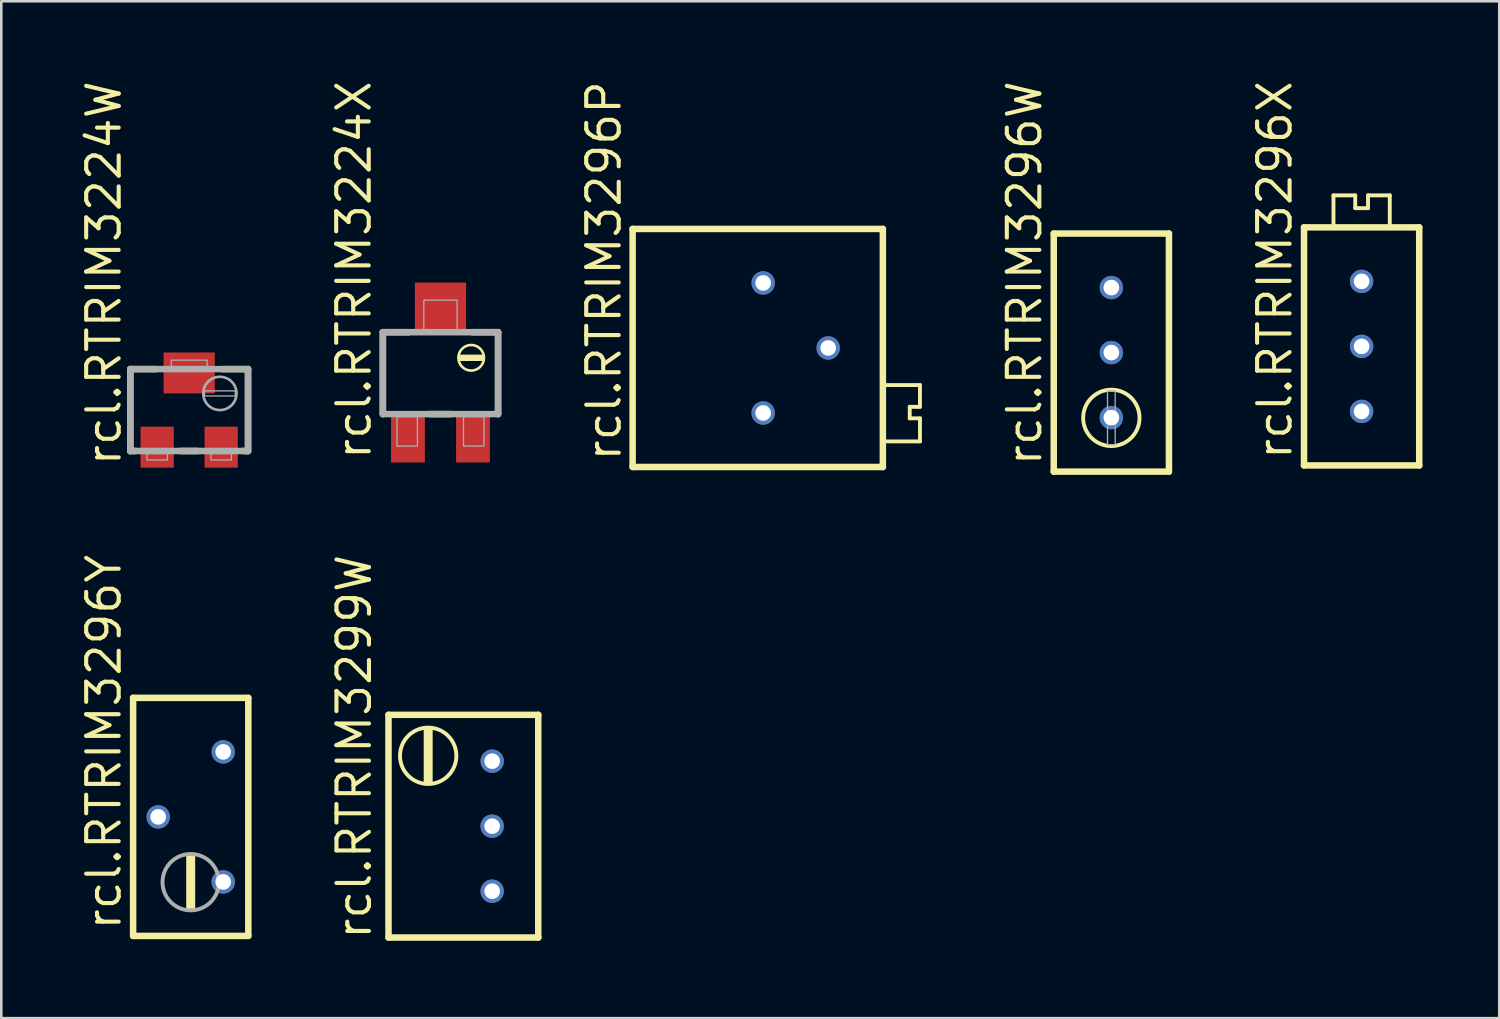
<source format=kicad_pcb>
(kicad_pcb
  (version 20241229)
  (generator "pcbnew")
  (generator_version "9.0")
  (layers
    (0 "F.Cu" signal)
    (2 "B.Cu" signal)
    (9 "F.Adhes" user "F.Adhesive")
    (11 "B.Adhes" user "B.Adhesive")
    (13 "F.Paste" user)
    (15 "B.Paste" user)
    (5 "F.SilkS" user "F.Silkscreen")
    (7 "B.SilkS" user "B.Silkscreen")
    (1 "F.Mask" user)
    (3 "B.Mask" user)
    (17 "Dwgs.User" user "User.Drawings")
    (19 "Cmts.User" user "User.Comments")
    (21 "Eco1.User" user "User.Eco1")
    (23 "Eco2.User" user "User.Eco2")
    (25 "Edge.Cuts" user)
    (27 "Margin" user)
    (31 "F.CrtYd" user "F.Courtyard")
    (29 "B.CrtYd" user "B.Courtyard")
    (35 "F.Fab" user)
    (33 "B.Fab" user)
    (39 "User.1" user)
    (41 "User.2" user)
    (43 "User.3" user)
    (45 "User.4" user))
  (footprint "rcl.RTRIM3224W"
    (layer "F.Cu")
    (at 4.34 12.969)
    (property "Reference" "rcl.RTRIM3224W" (at -2.59 2.255 90) (layer "F.SilkS") (effects (font (size 1.27 1.27) (thickness 0.16)) (justify left bottom)))
    (attr smd)
    (fp_line (start -2.3 -1.6) (end -1.3 -1.6) (stroke (width 0.254) (type default)) (layer "F.SilkS"))
    (fp_line (start -2.3 1.6) (end -2.3 -1.6) (stroke (width 0.254) (type default)) (layer "F.SilkS"))
    (fp_line (start -2.1 1.6) (end -2.3 1.6) (stroke (width 0.254) (type default)) (layer "F.SilkS"))
    (fp_line (start 0.35 1.6) (end -0.35 1.6) (stroke (width 0.254) (type default)) (layer "F.SilkS"))
    (fp_line (start 1.3 -1.6) (end 2.3 -1.6) (stroke (width 0.254) (type default)) (layer "F.SilkS"))
    (fp_line (start 2.3 -1.6) (end 2.3 1.6) (stroke (width 0.254) (type default)) (layer "F.SilkS"))
    (fp_line (start 2.3 1.6) (end 2.1 1.6) (stroke (width 0.254) (type default)) (layer "F.SilkS"))
    (fp_line (start -2.3 -1.6) (end 2.3 -1.6) (stroke (width 0.254) (type default)) (layer "F.Fab"))
    (fp_line (start -2.3 1.6) (end -2.3 -1.6) (stroke (width 0.254) (type default)) (layer "F.Fab"))
    (fp_line (start 2.3 -1.6) (end 2.3 1.6) (stroke (width 0.254) (type default)) (layer "F.Fab"))
    (fp_line (start 2.3 1.6) (end -2.3 1.6) (stroke (width 0.254) (type default)) (layer "F.Fab"))
    (fp_rect (start -1.65 1.95) (end -0.85 1.7) (stroke (width 0.05) (type default)) (fill no) (layer "F.Fab"))
    (fp_rect (start -0.7 -1.7) (end 0.7 -1.95) (stroke (width 0.05) (type default)) (fill no) (layer "F.Fab"))
    (fp_rect (start 0.6 -0.55) (end 1.8 -0.75) (stroke (width 0.05) (type default)) (fill no) (layer "F.Fab"))
    (fp_rect (start 0.85 1.95) (end 1.65 1.7) (stroke (width 0.05) (type default)) (fill no) (layer "F.Fab"))
    (fp_circle (center 1.2 -0.65) (end 1.85 -0.65) (stroke (width 0.102) (type default)) (fill no) (layer "F.Fab"))
    (pad "1" smd roundrect (at -1.25 1.45) (size 1.3 1.6) (layers "F.Cu" "F.Mask" "F.Paste") (roundrect_rratio 0.01))
    (pad "2" smd roundrect (at 0 -1.45) (size 2 1.6) (layers "F.Cu" "F.Mask" "F.Paste") (roundrect_rratio 0.01))
    (pad "3" smd roundrect (at 1.25 1.45) (size 1.3 1.6) (layers "F.Cu" "F.Mask" "F.Paste") (roundrect_rratio 0.01)))
  (footprint "rcl.RTRIM3296X"
    (layer "F.Cu")
    (at 50.142 10.482)
    (property "Reference" "rcl.RTRIM3296X" (at -2.65 4.5 90) (layer "F.SilkS") (effects (font (size 1.27 1.27) (thickness 0.16)) (justify left bottom)))
    (attr through_hole)
    (fp_line (start -2.25 -4.65) (end 2.25 -4.65) (stroke (width 0.254) (type default)) (layer "F.SilkS"))
    (fp_line (start -2.25 4.65) (end -2.25 -4.65) (stroke (width 0.254) (type default)) (layer "F.SilkS"))
    (fp_line (start -1.1 -5.9) (end -0.25 -5.9) (stroke (width 0.152) (type default)) (layer "F.SilkS"))
    (fp_line (start -1.1 -4.7) (end -1.1 -5.9) (stroke (width 0.152) (type default)) (layer "F.SilkS"))
    (fp_line (start -0.25 -5.9) (end -0.25 -5.4) (stroke (width 0.152) (type default)) (layer "F.SilkS"))
    (fp_line (start -0.25 -5.4) (end 0.25 -5.4) (stroke (width 0.152) (type default)) (layer "F.SilkS"))
    (fp_line (start 0.25 -5.9) (end 1.1 -5.9) (stroke (width 0.152) (type default)) (layer "F.SilkS"))
    (fp_line (start 0.25 -5.4) (end 0.25 -5.9) (stroke (width 0.152) (type default)) (layer "F.SilkS"))
    (fp_line (start 1.1 -5.9) (end 1.1 -4.7) (stroke (width 0.152) (type default)) (layer "F.SilkS"))
    (fp_line (start 2.25 -4.65) (end 2.25 4.65) (stroke (width 0.254) (type default)) (layer "F.SilkS"))
    (fp_line (start 2.25 4.65) (end -2.25 4.65) (stroke (width 0.254) (type default)) (layer "F.SilkS"))
    (pad "1" thru_hole circle (at 0 2.54) (size 0.914 0.914) (drill 0.61) (layers "*.Cu" "*.Mask"))
    (pad "2" thru_hole circle (at 0 0) (size 0.914 0.914) (drill 0.61) (layers "*.Cu" "*.Mask"))
    (pad "3" thru_hole circle (at 0 -2.54) (size 0.914 0.914) (drill 0.61) (layers "*.Cu" "*.Mask")))
  (footprint "rcl.RTRIM3296W"
    (layer "F.Cu")
    (at 40.365 10.724)
    (property "Reference" "rcl.RTRIM3296W" (at -2.65 4.5 90) (layer "F.SilkS") (effects (font (size 1.27 1.27) (thickness 0.16)) (justify left bottom)))
    (attr through_hole)
    (fp_line (start -2.25 -4.65) (end 2.25 -4.65) (stroke (width 0.254) (type default)) (layer "F.SilkS"))
    (fp_line (start -2.25 4.65) (end -2.25 -4.65) (stroke (width 0.254) (type default)) (layer "F.SilkS"))
    (fp_line (start 2.25 -4.65) (end 2.25 4.65) (stroke (width 0.254) (type default)) (layer "F.SilkS"))
    (fp_line (start 2.25 4.65) (end -2.25 4.65) (stroke (width 0.254) (type default)) (layer "F.SilkS"))
    (fp_circle (center 0 2.55) (end 1.101 2.55) (stroke (width 0.152) (type default)) (fill no) (layer "F.SilkS"))
    (fp_rect (start -0.15 3.6) (end 0.15 1.5) (stroke (width 0.05) (type default)) (fill no) (layer "F.Fab"))
    (pad "1" thru_hole circle (at 0 2.54) (size 0.914 0.914) (drill 0.61) (layers "*.Cu" "*.Mask"))
    (pad "2" thru_hole circle (at 0 0) (size 0.914 0.914) (drill 0.61) (layers "*.Cu" "*.Mask"))
    (pad "3" thru_hole circle (at 0 -2.54) (size 0.914 0.914) (drill 0.61) (layers "*.Cu" "*.Mask")))
  (footprint "rcl.RTRIM3299W"
    (layer "F.Cu")
    (at 14.907 29.225)
    (property "Reference" "rcl.RTRIM3299W" (at -3.38 4.5 90) (layer "F.SilkS") (effects (font (size 1.27 1.27) (thickness 0.16)) (justify left bottom)))
    (attr through_hole)
    (fp_line (start -2.78 -4.35) (end 3.07 -4.35) (stroke (width 0.254) (type default)) (layer "F.SilkS"))
    (fp_line (start -2.78 4.35) (end -2.78 -4.35) (stroke (width 0.254) (type default)) (layer "F.SilkS"))
    (fp_line (start 3.07 -4.35) (end 3.07 4.35) (stroke (width 0.254) (type default)) (layer "F.SilkS"))
    (fp_line (start 3.07 4.35) (end -2.78 4.35) (stroke (width 0.254) (type default)) (layer "F.SilkS"))
    (fp_rect (start -1.38 -1.7) (end -1.08 -3.8) (stroke (width 0.05) (type default)) (fill yes) (layer "F.SilkS"))
    (fp_circle (center -1.23 -2.75) (end -0.129 -2.75) (stroke (width 0.152) (type default)) (fill no) (layer "F.SilkS"))
    (pad "1" thru_hole circle (at 1.27 2.54) (size 0.914 0.914) (drill 0.61) (layers "*.Cu" "*.Mask"))
    (pad "2" thru_hole circle (at 1.27 0) (size 0.914 0.914) (drill 0.61) (layers "*.Cu" "*.Mask"))
    (pad "3" thru_hole circle (at 1.27 -2.54) (size 0.914 0.914) (drill 0.61) (layers "*.Cu" "*.Mask")))
  (footprint "rcl.RTRIM3296P"
    (layer "F.Cu")
    (at 26.764 10.543)
    (property "Reference" "rcl.RTRIM3296P" (at -5.48 4.5 90) (layer "F.SilkS") (effects (font (size 1.27 1.27) (thickness 0.16)) (justify left bottom)))
    (attr through_hole)
    (fp_line (start -5.1 -4.65) (end -5.1 4.65) (stroke (width 0.254) (type default)) (layer "F.SilkS"))
    (fp_line (start -5.1 4.65) (end 4.675 4.65) (stroke (width 0.254) (type default)) (layer "F.SilkS"))
    (fp_line (start 4.675 -4.65) (end -5.1 -4.65) (stroke (width 0.254) (type default)) (layer "F.SilkS"))
    (fp_line (start 4.675 4.65) (end 4.675 -4.65) (stroke (width 0.254) (type default)) (layer "F.SilkS"))
    (fp_line (start 4.775 1.45) (end 6.125 1.45) (stroke (width 0.152) (type default)) (layer "F.SilkS"))
    (fp_line (start 5.725 2.3) (end 5.725 2.75) (stroke (width 0.152) (type default)) (layer "F.SilkS"))
    (fp_line (start 5.725 2.75) (end 6.125 2.75) (stroke (width 0.152) (type default)) (layer "F.SilkS"))
    (fp_line (start 6.125 1.45) (end 6.125 2.3) (stroke (width 0.152) (type default)) (layer "F.SilkS"))
    (fp_line (start 6.125 2.3) (end 5.725 2.3) (stroke (width 0.152) (type default)) (layer "F.SilkS"))
    (fp_line (start 6.125 2.75) (end 6.125 3.65) (stroke (width 0.152) (type default)) (layer "F.SilkS"))
    (fp_line (start 6.125 3.65) (end 4.775 3.65) (stroke (width 0.152) (type default)) (layer "F.SilkS"))
    (pad "1" thru_hole circle (at 0 2.54) (size 0.914 0.914) (drill 0.61) (layers "*.Cu" "*.Mask"))
    (pad "2" thru_hole circle (at 2.54 0) (size 0.914 0.914) (drill 0.61) (layers "*.Cu" "*.Mask"))
    (pad "3" thru_hole circle (at 0 -2.54) (size 0.914 0.914) (drill 0.61) (layers "*.Cu" "*.Mask")))
  (footprint "rcl.RTRIM3296Y"
    (layer "F.Cu")
    (at 4.4 28.862)
    (property "Reference" "rcl.RTRIM3296Y" (at -2.65 4.5 90) (layer "F.SilkS") (effects (font (size 1.27 1.27) (thickness 0.16)) (justify left bottom)))
    (attr through_hole)
    (fp_line (start -2.25 -4.65) (end 2.25 -4.65) (stroke (width 0.254) (type default)) (layer "F.SilkS"))
    (fp_line (start -2.25 4.65) (end -2.25 -4.65) (stroke (width 0.254) (type default)) (layer "F.SilkS"))
    (fp_line (start 2.25 -4.65) (end 2.25 4.65) (stroke (width 0.254) (type default)) (layer "F.SilkS"))
    (fp_line (start 2.25 4.65) (end -2.25 4.65) (stroke (width 0.254) (type default)) (layer "F.SilkS"))
    (fp_rect (start -0.15 3.6) (end 0.15 1.5) (stroke (width 0.05) (type default)) (fill yes) (layer "F.SilkS"))
    (fp_circle (center 0 2.55) (end 1.101 2.55) (stroke (width 0.152) (type default)) (fill no) (layer "F.Fab"))
    (pad "1" thru_hole circle (at 1.27 2.54) (size 0.914 0.914) (drill 0.61) (layers "*.Cu" "*.Mask"))
    (pad "2" thru_hole circle (at -1.27 0) (size 0.914 0.914) (drill 0.61) (layers "*.Cu" "*.Mask"))
    (pad "3" thru_hole circle (at 1.27 -2.54) (size 0.914 0.914) (drill 0.61) (layers "*.Cu" "*.Mask")))
  (footprint "rcl.RTRIM3224X"
    (layer "F.Cu")
    (at 14.157 11.527)
    (property "Reference" "rcl.RTRIM3224X" (at -2.64 3.455 90) (layer "F.SilkS") (effects (font (size 1.27 1.27) (thickness 0.16)) (justify left bottom)))
    (attr smd)
    (fp_line (start -2.25 -1.6) (end -1.25 -1.6) (stroke (width 0.254) (type default)) (layer "F.SilkS"))
    (fp_line (start -2.25 1.6) (end -2.25 -1.6) (stroke (width 0.254) (type default)) (layer "F.SilkS"))
    (fp_line (start -0.4 1.6) (end 0.4 1.6) (stroke (width 0.254) (type default)) (layer "F.SilkS"))
    (fp_line (start 1.25 -1.6) (end 2.25 -1.6) (stroke (width 0.254) (type default)) (layer "F.SilkS"))
    (fp_line (start 2.25 -1.6) (end 2.25 1.6) (stroke (width 0.254) (type default)) (layer "F.SilkS"))
    (fp_rect (start 0.75 -0.5) (end 1.65 -0.7) (stroke (width 0.05) (type default)) (fill yes) (layer "F.SilkS"))
    (fp_circle (center 1.2 -0.6) (end 1.7 -0.6) (stroke (width 0.102) (type default)) (fill no) (layer "F.SilkS"))
    (fp_line (start -2.25 -1.6) (end 2.25 -1.6) (stroke (width 0.254) (type default)) (layer "F.Fab"))
    (fp_line (start -2.25 1.6) (end -2.25 -1.6) (stroke (width 0.254) (type default)) (layer "F.Fab"))
    (fp_line (start 2.25 -1.6) (end 2.25 1.6) (stroke (width 0.254) (type default)) (layer "F.Fab"))
    (fp_line (start 2.25 1.6) (end -2.25 1.6) (stroke (width 0.254) (type default)) (layer "F.Fab"))
    (fp_rect (start -1.7 2.85) (end -0.9 1.7) (stroke (width 0.05) (type default)) (fill no) (layer "F.Fab"))
    (fp_rect (start -0.65 -1.7) (end 0.65 -2.85) (stroke (width 0.05) (type default)) (fill no) (layer "F.Fab"))
    (fp_rect (start 0.9 2.85) (end 1.7 1.7) (stroke (width 0.05) (type default)) (fill no) (layer "F.Fab"))
    (pad "1" smd roundrect (at -1.27 2.54) (size 1.32 1.9) (layers "F.Cu" "F.Mask" "F.Paste") (roundrect_rratio 0.01))
    (pad "2" smd roundrect (at 0 -2.54) (size 2 2) (layers "F.Cu" "F.Mask" "F.Paste") (roundrect_rratio 0.01))
    (pad "3" smd roundrect (at 1.27 2.54) (size 1.32 1.9) (layers "F.Cu" "F.Mask" "F.Paste") (roundrect_rratio 0.01)))
  (gr_rect
    (start -3 -3)
    (end 55.519 36.725)
    (stroke (width 0.1) (type default))
    (fill no)
    (layer "Edge.Cuts")))
</source>
